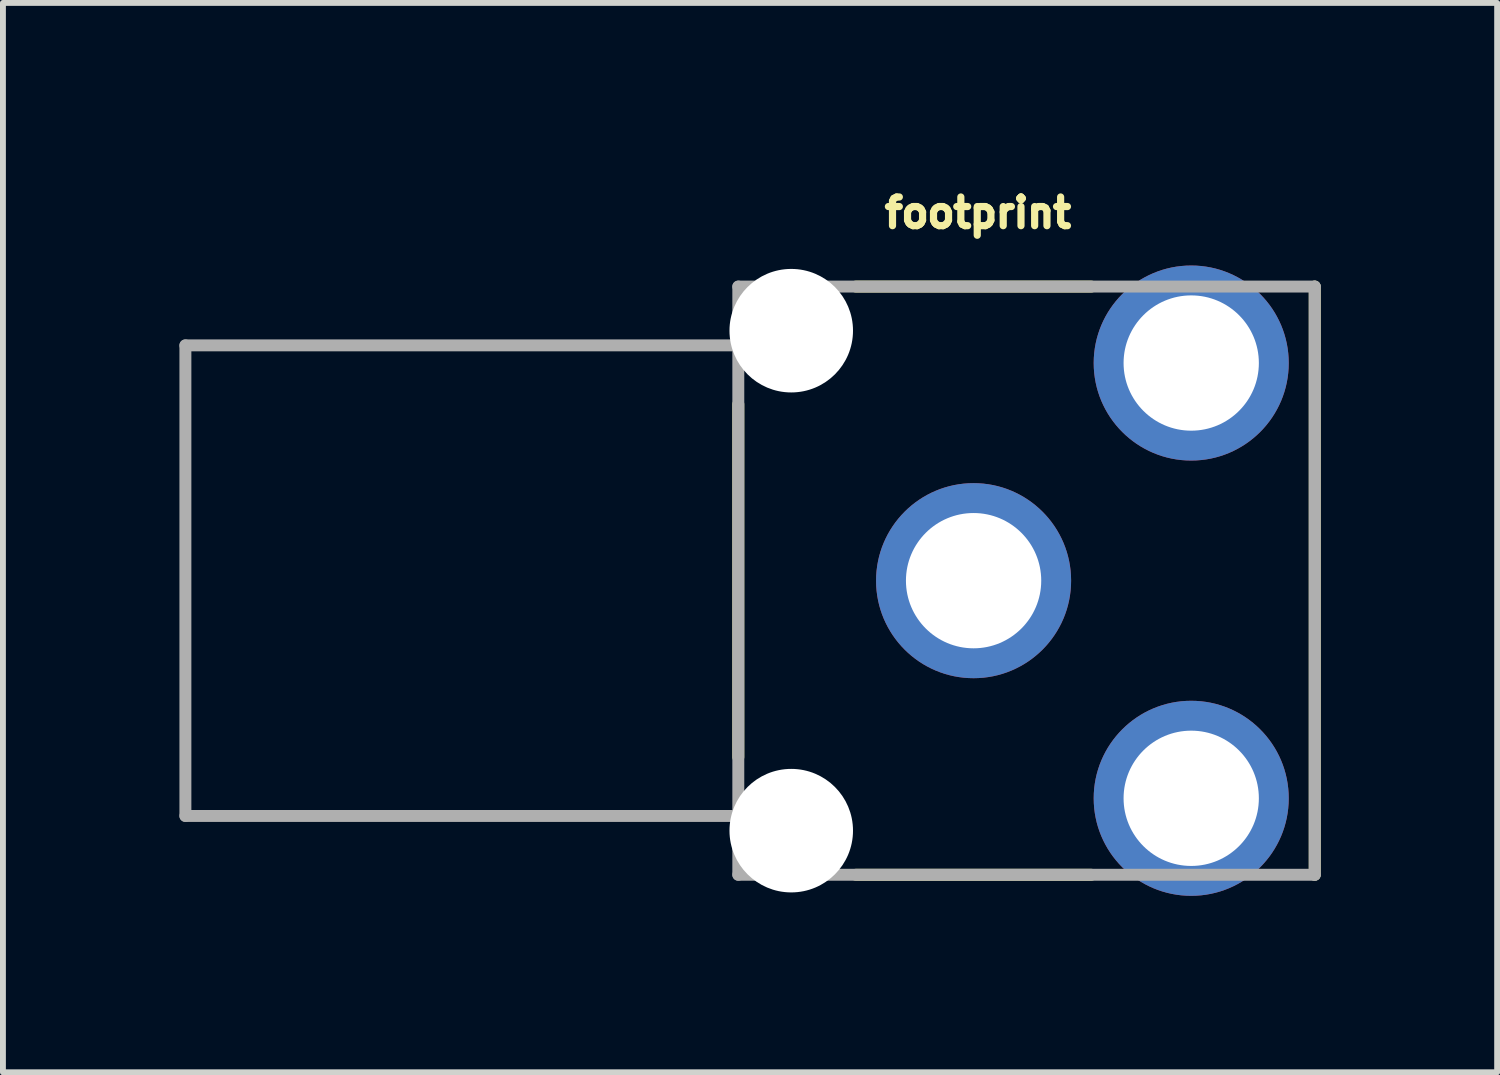
<source format=kicad_pcb>
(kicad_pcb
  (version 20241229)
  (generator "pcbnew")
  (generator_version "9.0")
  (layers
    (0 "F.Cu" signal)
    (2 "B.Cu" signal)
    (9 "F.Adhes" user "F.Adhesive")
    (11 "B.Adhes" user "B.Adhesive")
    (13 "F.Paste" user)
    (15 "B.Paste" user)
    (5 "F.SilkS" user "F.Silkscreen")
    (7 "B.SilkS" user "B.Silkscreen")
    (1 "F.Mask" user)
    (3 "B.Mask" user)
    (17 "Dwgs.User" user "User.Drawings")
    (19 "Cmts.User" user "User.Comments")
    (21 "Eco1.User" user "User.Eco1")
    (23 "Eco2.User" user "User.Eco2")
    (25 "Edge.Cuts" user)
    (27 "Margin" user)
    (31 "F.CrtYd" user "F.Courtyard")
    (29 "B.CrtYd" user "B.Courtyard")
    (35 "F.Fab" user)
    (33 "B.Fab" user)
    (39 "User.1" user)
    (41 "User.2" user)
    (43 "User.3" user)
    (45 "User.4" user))
  (footprint "footprint"
    (layer "F.Cu")
    (at 13.502 6.822)
    (property "Reference" "footprint" (at -1.575 -5.969 0) (layer "F.SilkS") (effects (font (size 0.488 0.488) (thickness 0.122)) (justify left bottom)))
    (fp_line (start -4 -3) (end -4 3) (stroke (width 0.203) (type solid)) (layer "F.SilkS"))
    (fp_line (start -2 -5) (end 2 -5) (stroke (width 0.203) (type solid)) (layer "F.SilkS"))
    (fp_line (start -2 5) (end 2 5) (stroke (width 0.203) (type solid)) (layer "F.SilkS"))
    (fp_line (start 5.8 -5) (end 5.8 5) (stroke (width 0.203) (type solid)) (layer "F.SilkS"))
    (fp_line (start -13.4 -4) (end -13.4 4) (stroke (width 0.203) (type solid)) (layer "F.Fab"))
    (fp_line (start -13.4 4) (end -4 4) (stroke (width 0.203) (type solid)) (layer "F.Fab"))
    (fp_line (start -4 -5) (end -4 5) (stroke (width 0.203) (type solid)) (layer "F.Fab"))
    (fp_line (start -4 -4) (end -13.4 -4) (stroke (width 0.203) (type solid)) (layer "F.Fab"))
    (fp_line (start -4 5) (end 5.8 5) (stroke (width 0.203) (type solid)) (layer "F.Fab"))
    (fp_line (start 5.8 -5) (end -4 -5) (stroke (width 0.203) (type solid)) (layer "F.Fab"))
    (fp_line (start 5.8 5) (end 5.8 -5) (stroke (width 0.203) (type solid)) (layer "F.Fab"))
    (pad "" np_thru_hole circle (at -3.1 -4.25) (size 2.1 2.1) (drill 2.1) (layers "*.Cu" "*.Mask"))
    (pad "" np_thru_hole circle (at -3.1 4.25) (size 2.1 2.1) (drill 2.1) (layers "*.Cu" "*.Mask"))
    (pad "PIN" thru_hole circle (at 3.7 -3.7) (size 3.316 3.316) (drill 2.3) (layers "*.Cu" "*.Mask"))
    (pad "SHELL" thru_hole circle (at 0 0) (size 3.316 3.316) (drill 2.3) (layers "*.Cu" "*.Mask"))
    (pad "SWITCH" thru_hole circle (at 3.7 3.7) (size 3.316 3.316) (drill 2.3) (layers "*.Cu" "*.Mask")))
  (gr_rect
    (start -3 -3)
    (end 22.403 15.18)
    (stroke (width 0.1) (type default))
    (fill no)
    (layer "Edge.Cuts")))
</source>
